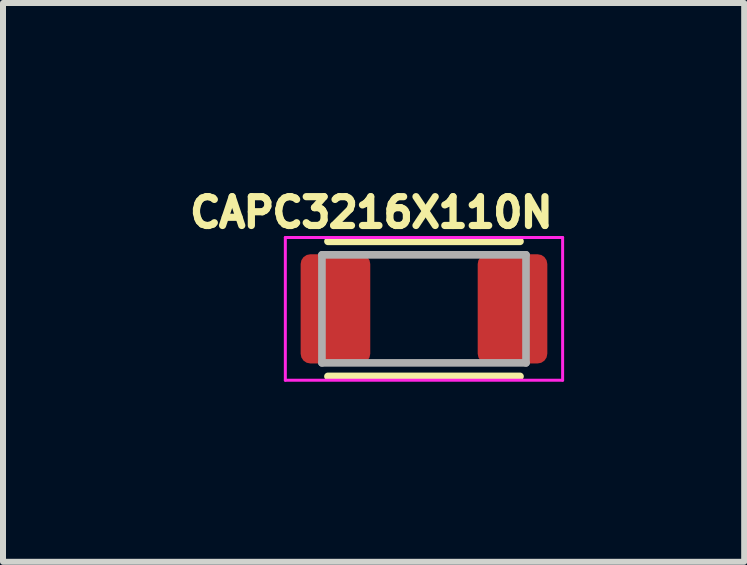
<source format=kicad_pcb>
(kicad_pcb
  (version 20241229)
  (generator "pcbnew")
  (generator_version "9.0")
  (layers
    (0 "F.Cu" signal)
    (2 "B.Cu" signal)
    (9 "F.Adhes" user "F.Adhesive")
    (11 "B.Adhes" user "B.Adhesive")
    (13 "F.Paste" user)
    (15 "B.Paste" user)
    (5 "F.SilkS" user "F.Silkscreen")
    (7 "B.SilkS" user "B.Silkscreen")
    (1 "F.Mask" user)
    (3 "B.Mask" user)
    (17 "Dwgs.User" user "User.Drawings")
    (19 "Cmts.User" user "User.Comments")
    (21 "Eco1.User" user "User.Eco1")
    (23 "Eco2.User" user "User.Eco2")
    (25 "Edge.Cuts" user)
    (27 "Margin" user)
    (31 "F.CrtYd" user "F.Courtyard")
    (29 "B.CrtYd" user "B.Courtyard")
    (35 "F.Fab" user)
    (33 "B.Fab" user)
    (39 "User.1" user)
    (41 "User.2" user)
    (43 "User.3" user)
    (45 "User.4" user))
  (footprint "CAPC3216X110N"
    (layer "F.Cu")
    (at 4.014 2.096)
    (property "Reference" "CAPC3216X110N" (at -0.876 -1.605 0) (layer "F.SilkS") (effects (font (size 0.48 0.48) (thickness 0.15))))
    (attr through_hole)
    (fp_line (start -1.6 -1.125) (end 1.6 -1.125) (stroke (width 0.127) (type solid)) (layer "F.SilkS"))
    (fp_line (start -1.6 1.125) (end 1.6 1.125) (stroke (width 0.127) (type solid)) (layer "F.SilkS"))
    (fp_line (start -2.31 -1.189) (end 2.31 -1.189) (stroke (width 0.05) (type solid)) (layer "F.CrtYd"))
    (fp_line (start -2.31 1.189) (end -2.31 -1.189) (stroke (width 0.05) (type solid)) (layer "F.CrtYd"))
    (fp_line (start 2.31 -1.189) (end 2.31 1.189) (stroke (width 0.05) (type solid)) (layer "F.CrtYd"))
    (fp_line (start 2.31 1.189) (end -2.31 1.189) (stroke (width 0.05) (type solid)) (layer "F.CrtYd"))
    (fp_line (start -1.7 -0.9) (end 1.7 -0.9) (stroke (width 0.127) (type solid)) (layer "F.Fab"))
    (fp_line (start -1.7 0.9) (end -1.7 -0.9) (stroke (width 0.127) (type solid)) (layer "F.Fab"))
    (fp_line (start 1.7 -0.9) (end 1.7 0.9) (stroke (width 0.127) (type solid)) (layer "F.Fab"))
    (fp_line (start 1.7 0.9) (end -1.7 0.9) (stroke (width 0.127) (type solid)) (layer "F.Fab"))
    (pad "1" smd roundrect (at -1.475 0 90) (size 1.82 1.16) (layers "F.Cu" "F.Mask" "F.Paste") (roundrect_rratio 0.14))
    (pad "2" smd roundrect (at 1.475 0 90) (size 1.82 1.16) (layers "F.Cu" "F.Mask" "F.Paste") (roundrect_rratio 0.14)))
  (gr_rect
    (start -3 -3)
    (end 9.349 6.31)
    (stroke (width 0.1) (type default))
    (fill no)
    (layer "Edge.Cuts")))
</source>
